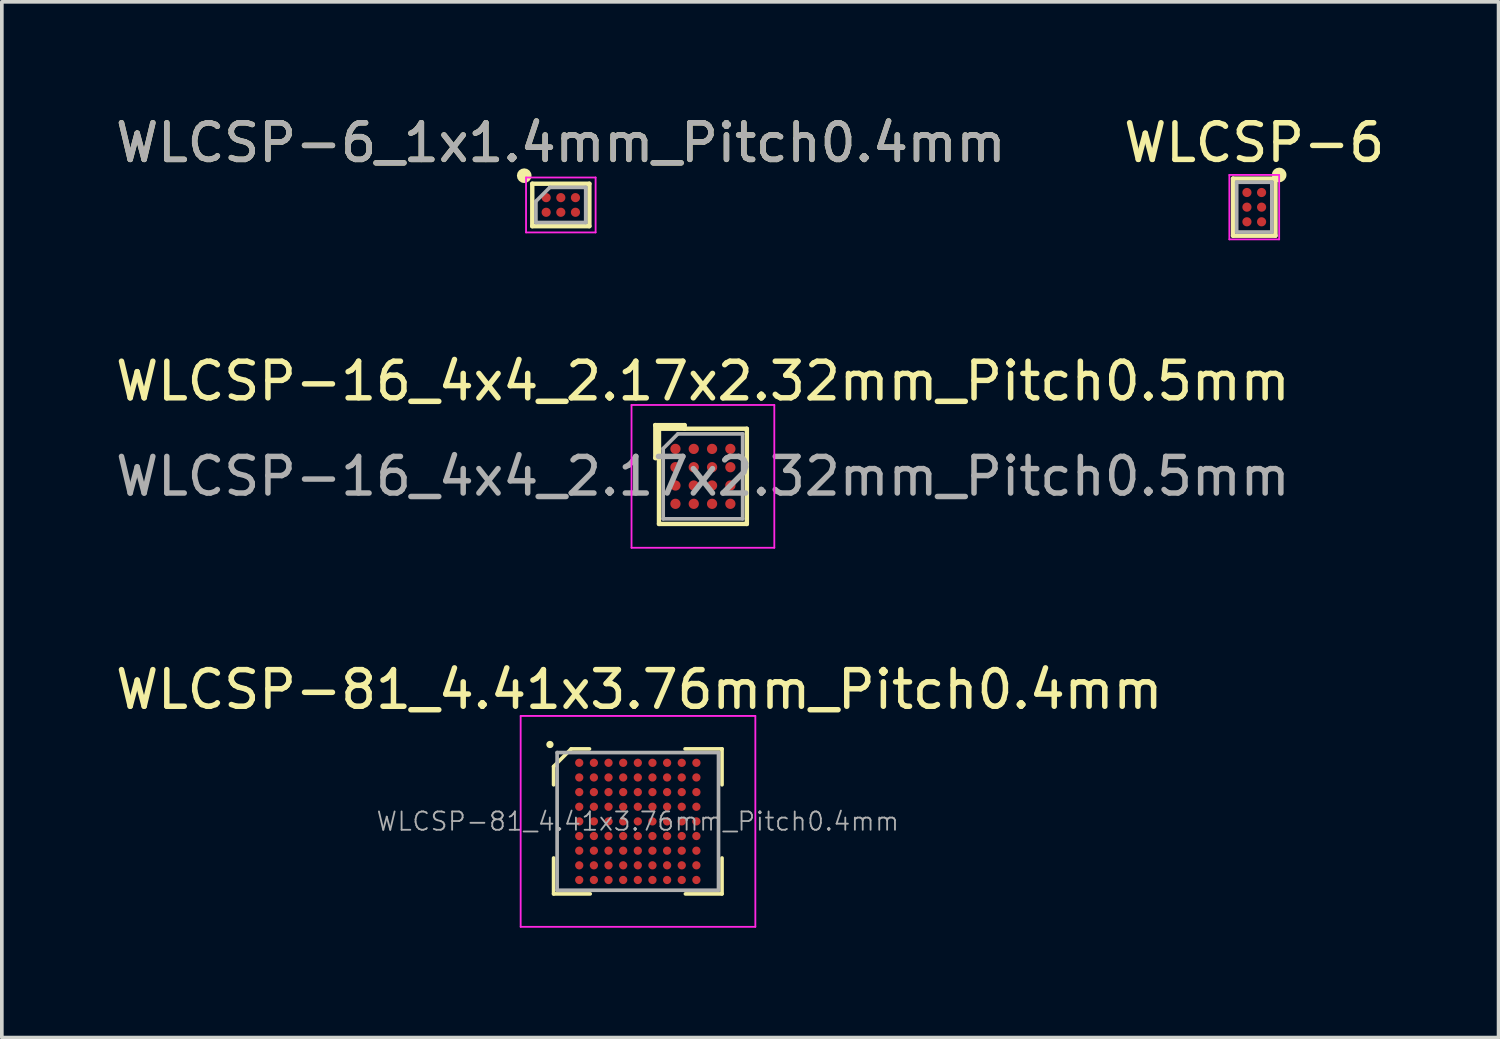
<source format=kicad_pcb>
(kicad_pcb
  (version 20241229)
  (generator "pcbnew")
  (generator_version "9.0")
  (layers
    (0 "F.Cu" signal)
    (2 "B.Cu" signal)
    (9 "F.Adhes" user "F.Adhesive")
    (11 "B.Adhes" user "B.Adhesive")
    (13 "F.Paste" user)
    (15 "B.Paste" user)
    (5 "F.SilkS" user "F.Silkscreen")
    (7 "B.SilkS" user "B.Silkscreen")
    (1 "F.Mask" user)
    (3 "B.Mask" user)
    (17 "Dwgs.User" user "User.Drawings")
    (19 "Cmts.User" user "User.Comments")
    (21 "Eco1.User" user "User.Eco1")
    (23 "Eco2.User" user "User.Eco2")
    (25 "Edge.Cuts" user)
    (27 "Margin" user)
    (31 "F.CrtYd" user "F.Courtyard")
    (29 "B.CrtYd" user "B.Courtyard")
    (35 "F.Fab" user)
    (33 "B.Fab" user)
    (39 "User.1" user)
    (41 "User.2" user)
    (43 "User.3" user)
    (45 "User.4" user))
  (footprint "WLCSP-81_4.41x3.76mm_Pitch0.4mm"
    (layer "F.Cu")
    (at 14.371 19.385)
    (property "Reference" "WLCSP-81_4.41x3.76mm_Pitch0.4mm" (at 0.04 -3.6 0) (layer "F.SilkS") (effects (font (size 1 1) (thickness 0.15))))
    (attr smd)
    (fp_line (start -2.3 -1.5) (end -2.3 -1) (stroke (width 0.1) (type solid)) (layer "F.SilkS"))
    (fp_line (start -2.3 1) (end -2.3 1.98) (stroke (width 0.1) (type solid)) (layer "F.SilkS"))
    (fp_line (start -2.3 1.98) (end -1.3 1.98) (stroke (width 0.1) (type solid)) (layer "F.SilkS"))
    (fp_line (start -1.82 -1.98) (end -2.3 -1.5) (stroke (width 0.1) (type solid)) (layer "F.SilkS"))
    (fp_line (start -1.32 -1.98) (end -1.82 -1.98) (stroke (width 0.1) (type solid)) (layer "F.SilkS"))
    (fp_line (start 1.29 -1.98) (end 2.3 -1.98) (stroke (width 0.1) (type solid)) (layer "F.SilkS"))
    (fp_line (start 2.3 -1.98) (end 2.3 -1) (stroke (width 0.1) (type solid)) (layer "F.SilkS"))
    (fp_line (start 2.3 1) (end 2.3 1.98) (stroke (width 0.1) (type solid)) (layer "F.SilkS"))
    (fp_line (start 2.3 1.98) (end 1.3 1.98) (stroke (width 0.1) (type solid)) (layer "F.SilkS"))
    (fp_circle (center -2.4 -2.1) (end -2.35 -2.1) (stroke (width 0.1) (type solid)) (fill no) (layer "F.SilkS"))
    (fp_line (start -3.2 -2.88) (end -3.2 2.88) (stroke (width 0.05) (type solid)) (layer "F.CrtYd"))
    (fp_line (start -3.2 -2.88) (end 3.21 -2.88) (stroke (width 0.05) (type solid)) (layer "F.CrtYd"))
    (fp_line (start -3.2 2.88) (end 3.21 2.88) (stroke (width 0.05) (type solid)) (layer "F.CrtYd"))
    (fp_line (start 3.21 2.88) (end 3.21 -2.88) (stroke (width 0.05) (type solid)) (layer "F.CrtYd"))
    (fp_line (start -2.204 -1.88) (end -2.204 1.88) (stroke (width 0.1) (type solid)) (layer "F.Fab"))
    (fp_line (start -2.204 -1.88) (end 2.204 -1.88) (stroke (width 0.1) (type solid)) (layer "F.Fab"))
    (fp_line (start -2.204 1.88) (end 2.204 1.88) (stroke (width 0.1) (type solid)) (layer "F.Fab"))
    (fp_line (start 2.204 -1.88) (end 2.204 1.88) (stroke (width 0.1) (type solid)) (layer "F.Fab"))
    (fp_text user "${REFERENCE}" (at 0 0 0) (layer "F.Fab") (effects (font (size 0.5 0.5) (thickness 0.05))))
    (pad "A1" smd circle (at -1.6 -1.6) (size 0.225 0.225) (layers "F.Cu" "F.Mask" "F.Paste"))
    (pad "A2" smd circle (at -1.2 -1.6) (size 0.225 0.225) (layers "F.Cu" "F.Mask" "F.Paste"))
    (pad "A3" smd circle (at -0.8 -1.6) (size 0.225 0.225) (layers "F.Cu" "F.Mask" "F.Paste"))
    (pad "A4" smd circle (at -0.4 -1.6) (size 0.225 0.225) (layers "F.Cu" "F.Mask" "F.Paste"))
    (pad "A5" smd circle (at 0 -1.6) (size 0.225 0.225) (layers "F.Cu" "F.Mask" "F.Paste"))
    (pad "A6" smd circle (at 0.4 -1.6) (size 0.225 0.225) (layers "F.Cu" "F.Mask" "F.Paste"))
    (pad "A7" smd circle (at 0.8 -1.6) (size 0.225 0.225) (layers "F.Cu" "F.Mask" "F.Paste"))
    (pad "A8" smd circle (at 1.2 -1.6) (size 0.225 0.225) (layers "F.Cu" "F.Mask" "F.Paste"))
    (pad "A9" smd circle (at 1.6 -1.6) (size 0.225 0.225) (layers "F.Cu" "F.Mask" "F.Paste"))
    (pad "B1" smd circle (at -1.6 -1.2) (size 0.225 0.225) (layers "F.Cu" "F.Mask" "F.Paste"))
    (pad "B2" smd circle (at -1.2 -1.2) (size 0.225 0.225) (layers "F.Cu" "F.Mask" "F.Paste"))
    (pad "B3" smd circle (at -0.8 -1.2) (size 0.225 0.225) (layers "F.Cu" "F.Mask" "F.Paste"))
    (pad "B4" smd circle (at -0.4 -1.2) (size 0.225 0.225) (layers "F.Cu" "F.Mask" "F.Paste"))
    (pad "B5" smd circle (at 0 -1.2) (size 0.225 0.225) (layers "F.Cu" "F.Mask" "F.Paste"))
    (pad "B6" smd circle (at 0.4 -1.2) (size 0.225 0.225) (layers "F.Cu" "F.Mask" "F.Paste"))
    (pad "B7" smd circle (at 0.8 -1.2) (size 0.225 0.225) (layers "F.Cu" "F.Mask" "F.Paste"))
    (pad "B8" smd circle (at 1.2 -1.2) (size 0.225 0.225) (layers "F.Cu" "F.Mask" "F.Paste"))
    (pad "B9" smd circle (at 1.6 -1.2) (size 0.225 0.225) (layers "F.Cu" "F.Mask" "F.Paste"))
    (pad "C1" smd circle (at -1.6 -0.8) (size 0.225 0.225) (layers "F.Cu" "F.Mask" "F.Paste"))
    (pad "C2" smd circle (at -1.2 -0.8) (size 0.225 0.225) (layers "F.Cu" "F.Mask" "F.Paste"))
    (pad "C3" smd circle (at -0.8 -0.8) (size 0.225 0.225) (layers "F.Cu" "F.Mask" "F.Paste"))
    (pad "C4" smd circle (at -0.4 -0.8) (size 0.225 0.225) (layers "F.Cu" "F.Mask" "F.Paste"))
    (pad "C5" smd circle (at 0 -0.8) (size 0.225 0.225) (layers "F.Cu" "F.Mask" "F.Paste"))
    (pad "C6" smd circle (at 0.4 -0.8) (size 0.225 0.225) (layers "F.Cu" "F.Mask" "F.Paste"))
    (pad "C7" smd circle (at 0.8 -0.8) (size 0.225 0.225) (layers "F.Cu" "F.Mask" "F.Paste"))
    (pad "C8" smd circle (at 1.2 -0.8) (size 0.225 0.225) (layers "F.Cu" "F.Mask" "F.Paste"))
    (pad "C9" smd circle (at 1.6 -0.8) (size 0.225 0.225) (layers "F.Cu" "F.Mask" "F.Paste"))
    (pad "D1" smd circle (at -1.6 -0.4) (size 0.225 0.225) (layers "F.Cu" "F.Mask" "F.Paste"))
    (pad "D2" smd circle (at -1.2 -0.4) (size 0.225 0.225) (layers "F.Cu" "F.Mask" "F.Paste"))
    (pad "D3" smd circle (at -0.8 -0.4) (size 0.225 0.225) (layers "F.Cu" "F.Mask" "F.Paste"))
    (pad "D4" smd circle (at -0.4 -0.4) (size 0.225 0.225) (layers "F.Cu" "F.Mask" "F.Paste"))
    (pad "D5" smd circle (at 0 -0.4) (size 0.225 0.225) (layers "F.Cu" "F.Mask" "F.Paste"))
    (pad "D6" smd circle (at 0.4 -0.4) (size 0.225 0.225) (layers "F.Cu" "F.Mask" "F.Paste"))
    (pad "D7" smd circle (at 0.8 -0.4) (size 0.225 0.225) (layers "F.Cu" "F.Mask" "F.Paste"))
    (pad "D8" smd circle (at 1.2 -0.4) (size 0.225 0.225) (layers "F.Cu" "F.Mask" "F.Paste"))
    (pad "D9" smd circle (at 1.6 -0.4) (size 0.225 0.225) (layers "F.Cu" "F.Mask" "F.Paste"))
    (pad "E1" smd circle (at -1.6 0) (size 0.225 0.225) (layers "F.Cu" "F.Mask" "F.Paste"))
    (pad "E2" smd circle (at -1.2 0) (size 0.225 0.225) (layers "F.Cu" "F.Mask" "F.Paste"))
    (pad "E3" smd circle (at -0.8 0) (size 0.225 0.225) (layers "F.Cu" "F.Mask" "F.Paste"))
    (pad "E4" smd circle (at -0.4 0) (size 0.225 0.225) (layers "F.Cu" "F.Mask" "F.Paste"))
    (pad "E5" smd circle (at 0 0) (size 0.225 0.225) (layers "F.Cu" "F.Mask" "F.Paste"))
    (pad "E6" smd circle (at 0.4 0) (size 0.225 0.225) (layers "F.Cu" "F.Mask" "F.Paste"))
    (pad "E7" smd circle (at 0.8 0) (size 0.225 0.225) (layers "F.Cu" "F.Mask" "F.Paste"))
    (pad "E8" smd circle (at 1.2 0) (size 0.225 0.225) (layers "F.Cu" "F.Mask" "F.Paste"))
    (pad "E9" smd circle (at 1.6 0) (size 0.225 0.225) (layers "F.Cu" "F.Mask" "F.Paste"))
    (pad "F1" smd circle (at -1.6 0.4) (size 0.225 0.225) (layers "F.Cu" "F.Mask" "F.Paste"))
    (pad "F2" smd circle (at -1.2 0.4) (size 0.225 0.225) (layers "F.Cu" "F.Mask" "F.Paste"))
    (pad "F3" smd circle (at -0.8 0.4) (size 0.225 0.225) (layers "F.Cu" "F.Mask" "F.Paste"))
    (pad "F4" smd circle (at -0.4 0.4) (size 0.225 0.225) (layers "F.Cu" "F.Mask" "F.Paste"))
    (pad "F5" smd circle (at 0 0.4) (size 0.225 0.225) (layers "F.Cu" "F.Mask" "F.Paste"))
    (pad "F6" smd circle (at 0.4 0.4) (size 0.225 0.225) (layers "F.Cu" "F.Mask" "F.Paste"))
    (pad "F7" smd circle (at 0.8 0.4) (size 0.225 0.225) (layers "F.Cu" "F.Mask" "F.Paste"))
    (pad "F8" smd circle (at 1.2 0.4) (size 0.225 0.225) (layers "F.Cu" "F.Mask" "F.Paste"))
    (pad "F9" smd circle (at 1.6 0.4) (size 0.225 0.225) (layers "F.Cu" "F.Mask" "F.Paste"))
    (pad "G1" smd circle (at -1.6 0.8) (size 0.225 0.225) (layers "F.Cu" "F.Mask" "F.Paste"))
    (pad "G2" smd circle (at -1.2 0.8) (size 0.225 0.225) (layers "F.Cu" "F.Mask" "F.Paste"))
    (pad "G3" smd circle (at -0.8 0.8) (size 0.225 0.225) (layers "F.Cu" "F.Mask" "F.Paste"))
    (pad "G4" smd circle (at -0.4 0.8) (size 0.225 0.225) (layers "F.Cu" "F.Mask" "F.Paste"))
    (pad "G5" smd circle (at 0 0.8) (size 0.225 0.225) (layers "F.Cu" "F.Mask" "F.Paste"))
    (pad "G6" smd circle (at 0.4 0.8) (size 0.225 0.225) (layers "F.Cu" "F.Mask" "F.Paste"))
    (pad "G7" smd circle (at 0.8 0.8) (size 0.225 0.225) (layers "F.Cu" "F.Mask" "F.Paste"))
    (pad "G8" smd circle (at 1.2 0.8) (size 0.225 0.225) (layers "F.Cu" "F.Mask" "F.Paste"))
    (pad "G9" smd circle (at 1.6 0.8) (size 0.225 0.225) (layers "F.Cu" "F.Mask" "F.Paste"))
    (pad "H1" smd circle (at -1.6 1.2) (size 0.225 0.225) (layers "F.Cu" "F.Mask" "F.Paste"))
    (pad "H2" smd circle (at -1.2 1.2) (size 0.225 0.225) (layers "F.Cu" "F.Mask" "F.Paste"))
    (pad "H3" smd circle (at -0.8 1.2) (size 0.225 0.225) (layers "F.Cu" "F.Mask" "F.Paste"))
    (pad "H4" smd circle (at -0.4 1.2) (size 0.225 0.225) (layers "F.Cu" "F.Mask" "F.Paste"))
    (pad "H5" smd circle (at 0 1.2) (size 0.225 0.225) (layers "F.Cu" "F.Mask" "F.Paste"))
    (pad "H6" smd circle (at 0.4 1.2) (size 0.225 0.225) (layers "F.Cu" "F.Mask" "F.Paste"))
    (pad "H7" smd circle (at 0.8 1.2) (size 0.225 0.225) (layers "F.Cu" "F.Mask" "F.Paste"))
    (pad "H8" smd circle (at 1.2 1.2) (size 0.225 0.225) (layers "F.Cu" "F.Mask" "F.Paste"))
    (pad "H9" smd circle (at 1.6 1.2) (size 0.225 0.225) (layers "F.Cu" "F.Mask" "F.Paste"))
    (pad "J1" smd circle (at -1.6 1.6) (size 0.225 0.225) (layers "F.Cu" "F.Mask" "F.Paste"))
    (pad "J2" smd circle (at -1.2 1.6) (size 0.225 0.225) (layers "F.Cu" "F.Mask" "F.Paste"))
    (pad "J3" smd circle (at -0.8 1.6) (size 0.225 0.225) (layers "F.Cu" "F.Mask" "F.Paste"))
    (pad "J4" smd circle (at -0.4 1.6) (size 0.225 0.225) (layers "F.Cu" "F.Mask" "F.Paste"))
    (pad "J5" smd circle (at 0 1.6) (size 0.225 0.225) (layers "F.Cu" "F.Mask" "F.Paste"))
    (pad "J6" smd circle (at 0.4 1.6) (size 0.225 0.225) (layers "F.Cu" "F.Mask" "F.Paste"))
    (pad "J7" smd circle (at 0.8 1.6) (size 0.225 0.225) (layers "F.Cu" "F.Mask" "F.Paste"))
    (pad "J8" smd circle (at 1.2 1.6) (size 0.225 0.225) (layers "F.Cu" "F.Mask" "F.Paste"))
    (pad "J9" smd circle (at 1.6 1.6) (size 0.225 0.225) (layers "F.Cu" "F.Mask" "F.Paste")))
  (footprint "WLCSP-16_4x4_2.17x2.32mm_Pitch0.5mm"
    (layer "F.Cu")
    (at 16.149 9.961)
    (property "Reference" "WLCSP-16_4x4_2.17x2.32mm_Pitch0.5mm" (at 0 -2.6 0) (layer "F.SilkS") (effects (font (size 1 1) (thickness 0.15))))
    (attr smd)
    (fp_line (start -1.3 -1.4) (end -1.3 -0.5) (stroke (width 0.12) (type solid)) (layer "F.SilkS"))
    (fp_line (start -1.3 -0.5) (end -1.2 -0.5) (stroke (width 0.12) (type solid)) (layer "F.SilkS"))
    (fp_line (start -1.2 -1.3) (end -1.3 -1.4) (stroke (width 0.12) (type solid)) (layer "F.SilkS"))
    (fp_line (start -1.2 -1.3) (end 1.2 -1.3) (stroke (width 0.12) (type solid)) (layer "F.SilkS"))
    (fp_line (start -1.2 1.3) (end -1.2 -1.3) (stroke (width 0.12) (type solid)) (layer "F.SilkS"))
    (fp_line (start -0.5 -1.4) (end -1.3 -1.4) (stroke (width 0.12) (type solid)) (layer "F.SilkS"))
    (fp_line (start -0.5 -1.3) (end -0.5 -1.4) (stroke (width 0.12) (type solid)) (layer "F.SilkS"))
    (fp_line (start 1.2 -1.3) (end 1.2 1.3) (stroke (width 0.12) (type solid)) (layer "F.SilkS"))
    (fp_line (start 1.2 1.3) (end -1.2 1.3) (stroke (width 0.12) (type solid)) (layer "F.SilkS"))
    (fp_line (start -1.95 -1.95) (end -1.95 1.95) (stroke (width 0.05) (type solid)) (layer "F.CrtYd"))
    (fp_line (start -1.95 -1.95) (end 1.95 -1.95) (stroke (width 0.05) (type solid)) (layer "F.CrtYd"))
    (fp_line (start 1.95 1.95) (end -1.95 1.95) (stroke (width 0.05) (type solid)) (layer "F.CrtYd"))
    (fp_line (start 1.95 1.95) (end 1.95 -1.95) (stroke (width 0.05) (type solid)) (layer "F.CrtYd"))
    (fp_line (start -1.085 -0.76) (end -0.685 -1.16) (stroke (width 0.1) (type solid)) (layer "F.Fab"))
    (fp_line (start -1.085 1.16) (end -1.085 -0.76) (stroke (width 0.1) (type solid)) (layer "F.Fab"))
    (fp_line (start -0.685 -1.16) (end 1.085 -1.16) (stroke (width 0.1) (type solid)) (layer "F.Fab"))
    (fp_line (start 1.085 -1.16) (end 1.085 1.16) (stroke (width 0.1) (type solid)) (layer "F.Fab"))
    (fp_line (start 1.085 1.16) (end -1.085 1.16) (stroke (width 0.1) (type solid)) (layer "F.Fab"))
    (fp_text user "${REFERENCE}" (at 0 0 0) (layer "F.Fab") (effects (font (size 1 1) (thickness 0.15))))
    (pad "A1" smd circle (at -0.75 -0.75) (size 0.28 0.28) (layers "F.Cu" "F.Mask" "F.Paste"))
    (pad "A2" smd circle (at -0.25 -0.75) (size 0.28 0.28) (layers "F.Cu" "F.Mask" "F.Paste"))
    (pad "A3" smd circle (at 0.25 -0.75) (size 0.28 0.28) (layers "F.Cu" "F.Mask" "F.Paste"))
    (pad "A4" smd circle (at 0.75 -0.75) (size 0.28 0.28) (layers "F.Cu" "F.Mask" "F.Paste"))
    (pad "B1" smd circle (at -0.75 -0.25) (size 0.28 0.28) (layers "F.Cu" "F.Mask" "F.Paste"))
    (pad "B2" smd circle (at -0.25 -0.25) (size 0.28 0.28) (layers "F.Cu" "F.Mask" "F.Paste"))
    (pad "B3" smd circle (at 0.25 -0.25) (size 0.28 0.28) (layers "F.Cu" "F.Mask" "F.Paste"))
    (pad "B4" smd circle (at 0.75 -0.25) (size 0.28 0.28) (layers "F.Cu" "F.Mask" "F.Paste"))
    (pad "C1" smd circle (at -0.75 0.25) (size 0.28 0.28) (layers "F.Cu" "F.Mask" "F.Paste"))
    (pad "C2" smd circle (at -0.25 0.25) (size 0.28 0.28) (layers "F.Cu" "F.Mask" "F.Paste"))
    (pad "C3" smd circle (at 0.25 0.25) (size 0.28 0.28) (layers "F.Cu" "F.Mask" "F.Paste"))
    (pad "C4" smd circle (at 0.75 0.25) (size 0.28 0.28) (layers "F.Cu" "F.Mask" "F.Paste"))
    (pad "D1" smd circle (at -0.75 0.75) (size 0.28 0.28) (layers "F.Cu" "F.Mask" "F.Paste"))
    (pad "D2" smd circle (at -0.25 0.75) (size 0.28 0.28) (layers "F.Cu" "F.Mask" "F.Paste"))
    (pad "D3" smd circle (at 0.25 0.75) (size 0.28 0.28) (layers "F.Cu" "F.Mask" "F.Paste"))
    (pad "D4" smd circle (at 0.75 0.75) (size 0.28 0.28) (layers "F.Cu" "F.Mask" "F.Paste")))
  (footprint "WLCSP-6_1x1.4mm_Pitch0.4mm"
    (layer "F.Cu")
    (at 12.268 2.548)
    (property "Reference" "WLCSP-6_1x1.4mm_Pitch0.4mm" (at 0 -1.7 0) (layer "F.SilkS") (effects (font (size 1 1) (thickness 0.15))))
    (attr smd)
    (fp_line (start -0.78 -0.58) (end 0.78 -0.58) (stroke (width 0.12) (type solid)) (layer "F.SilkS"))
    (fp_line (start -0.78 0.58) (end -0.78 -0.58) (stroke (width 0.12) (type solid)) (layer "F.SilkS"))
    (fp_line (start 0.78 -0.58) (end 0.78 0.58) (stroke (width 0.12) (type solid)) (layer "F.SilkS"))
    (fp_line (start 0.78 0.58) (end -0.78 0.58) (stroke (width 0.12) (type solid)) (layer "F.SilkS"))
    (fp_circle (center -1 -0.8) (end -0.9 -0.8) (stroke (width 0.2) (type solid)) (fill no) (layer "F.SilkS"))
    (fp_line (start -0.95 -0.75) (end 0.95 -0.75) (stroke (width 0.05) (type solid)) (layer "F.CrtYd"))
    (fp_line (start -0.95 0.75) (end -0.95 -0.75) (stroke (width 0.05) (type solid)) (layer "F.CrtYd"))
    (fp_line (start 0.95 -0.75) (end 0.95 0.75) (stroke (width 0.05) (type solid)) (layer "F.CrtYd"))
    (fp_line (start 0.95 0.75) (end -0.95 0.75) (stroke (width 0.05) (type solid)) (layer "F.CrtYd"))
    (fp_line (start -0.68 -0.1) (end -0.3 -0.48) (stroke (width 0.1) (type solid)) (layer "F.Fab"))
    (fp_line (start -0.68 0.48) (end -0.68 -0.1) (stroke (width 0.1) (type solid)) (layer "F.Fab"))
    (fp_line (start -0.3 -0.48) (end 0.68 -0.48) (stroke (width 0.1) (type solid)) (layer "F.Fab"))
    (fp_line (start 0.68 -0.48) (end 0.68 0.48) (stroke (width 0.1) (type solid)) (layer "F.Fab"))
    (fp_line (start 0.68 0.48) (end -0.68 0.48) (stroke (width 0.1) (type solid)) (layer "F.Fab"))
    (fp_text user "${REFERENCE}" (at 0 -1.7 0) (layer "F.Fab") (effects (font (size 1 1) (thickness 0.15))))
    (pad "A1" smd circle (at -0.4 -0.2 90) (size 0.25 0.25) (layers "F.Cu" "F.Mask" "F.Paste"))
    (pad "A2" smd circle (at -0.4 0.2 90) (size 0.25 0.25) (layers "F.Cu" "F.Mask" "F.Paste"))
    (pad "B1" smd circle (at 0 -0.2 90) (size 0.25 0.25) (layers "F.Cu" "F.Mask" "F.Paste"))
    (pad "B2" smd circle (at 0 0.2 90) (size 0.25 0.25) (layers "F.Cu" "F.Mask" "F.Paste"))
    (pad "C1" smd circle (at 0.4 -0.2 90) (size 0.25 0.25) (layers "F.Cu" "F.Mask" "F.Paste"))
    (pad "C2" smd circle (at 0.4 0.2 90) (size 0.25 0.25) (layers "F.Cu" "F.Mask" "F.Paste")))
  (footprint "WLCSP-6"
    (layer "F.Cu")
    (at 31.208 2.608)
    (property "Reference" "WLCSP-6" (at 0 -1.76 0) (layer "F.SilkS") (effects (font (size 1 1) (thickness 0.15))))
    (attr smd)
    (fp_line (start -0.58 -0.78) (end 0.58 -0.78) (stroke (width 0.12) (type solid)) (layer "F.SilkS"))
    (fp_line (start -0.58 0.78) (end -0.58 -0.78) (stroke (width 0.12) (type solid)) (layer "F.SilkS"))
    (fp_line (start 0.58 -0.78) (end 0.58 0.78) (stroke (width 0.12) (type solid)) (layer "F.SilkS"))
    (fp_line (start 0.58 0.78) (end -0.58 0.78) (stroke (width 0.12) (type solid)) (layer "F.SilkS"))
    (fp_circle (center 0.68 -0.88) (end 0.78 -0.88) (stroke (width 0.2) (type solid)) (fill no) (layer "F.SilkS"))
    (fp_line (start -0.68 -0.88) (end 0.68 -0.88) (stroke (width 0.05) (type solid)) (layer "F.CrtYd"))
    (fp_line (start -0.68 0.88) (end -0.68 -0.88) (stroke (width 0.05) (type solid)) (layer "F.CrtYd"))
    (fp_line (start 0.68 -0.88) (end 0.68 0.88) (stroke (width 0.05) (type solid)) (layer "F.CrtYd"))
    (fp_line (start 0.68 0.88) (end -0.68 0.88) (stroke (width 0.05) (type solid)) (layer "F.CrtYd"))
    (fp_line (start -0.48 -0.68) (end 0.48 -0.68) (stroke (width 0.1) (type solid)) (layer "F.Fab"))
    (fp_line (start -0.48 0.68) (end -0.48 -0.68) (stroke (width 0.1) (type solid)) (layer "F.Fab"))
    (fp_line (start 0.48 -0.68) (end 0.48 0.68) (stroke (width 0.1) (type solid)) (layer "F.Fab"))
    (fp_line (start 0.48 0.68) (end -0.48 0.68) (stroke (width 0.1) (type solid)) (layer "F.Fab"))
    (pad "A1" smd circle (at 0.2 -0.4) (size 0.25 0.25) (layers "F.Cu" "F.Mask" "F.Paste"))
    (pad "A2" smd circle (at -0.2 -0.4) (size 0.25 0.25) (layers "F.Cu" "F.Mask" "F.Paste"))
    (pad "B1" smd circle (at 0.2 0) (size 0.25 0.25) (layers "F.Cu" "F.Mask" "F.Paste"))
    (pad "B2" smd circle (at -0.2 0) (size 0.25 0.25) (layers "F.Cu" "F.Mask" "F.Paste"))
    (pad "C1" smd circle (at 0.2 0.4) (size 0.25 0.25) (layers "F.Cu" "F.Mask" "F.Paste"))
    (pad "C2" smd circle (at -0.2 0.4) (size 0.25 0.25) (layers "F.Cu" "F.Mask" "F.Paste")))
  (gr_rect
    (start -3 -3)
    (end 37.881 25.29)
    (stroke (width 0.1) (type default))
    (fill no)
    (layer "Edge.Cuts")))
</source>
